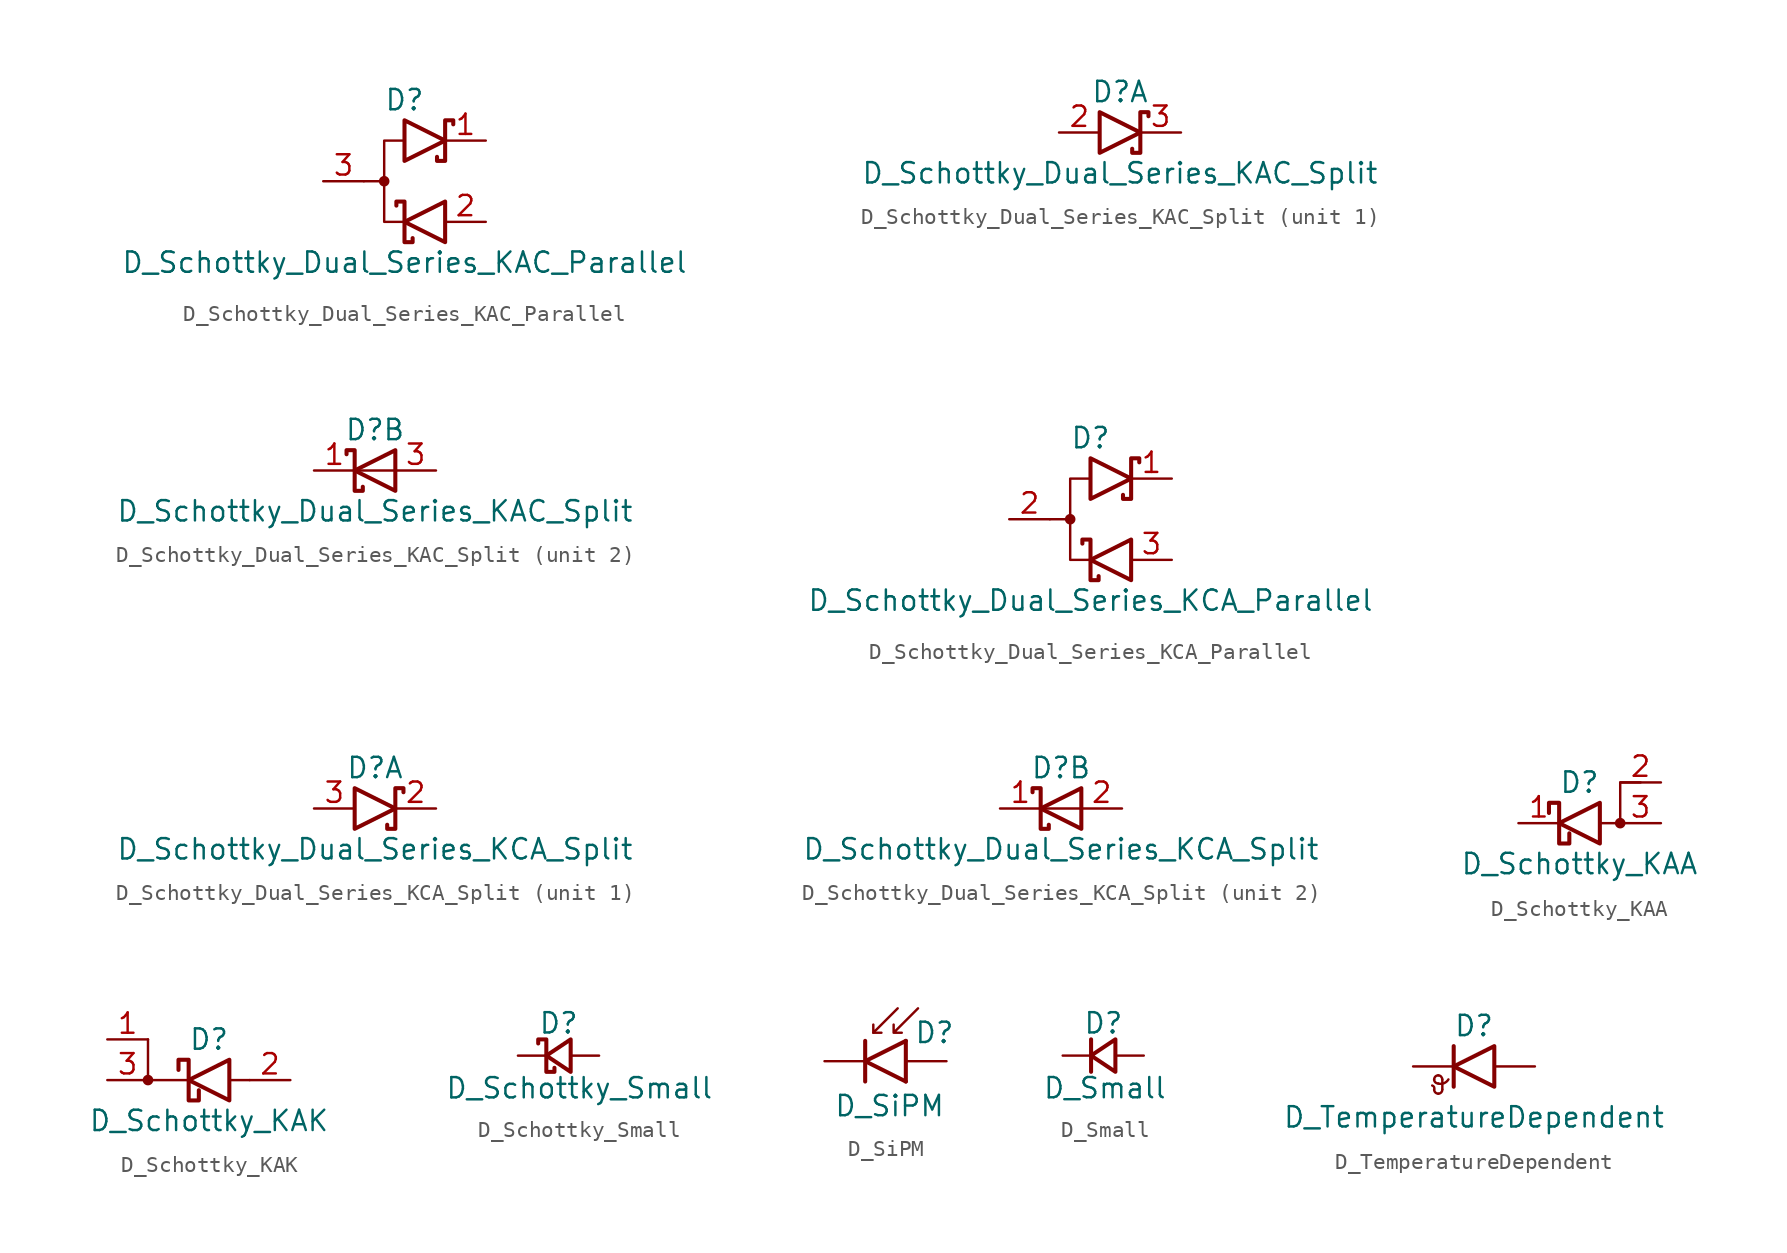
<source format=kicad_sym>
(kicad_symbol_lib
  (version 20241209)
  (generator "kicad_symbol_editor")
  (generator_version "9.0")
  (symbol "D_Schottky_Dual_Series_KAC_Parallel"
    (pin_names
      (offset 0.762)
      (hide yes))
    (property "Reference" "D"
      (at 0 5.08 0)
      (effects (font (size 1.27 1.27))))
    (property "Value" "D_Schottky_Dual_Series_KAC_Parallel"
      (at 0 -5.08 0)
      (effects (font (size 1.27 1.27))))
    (symbol "D_Schottky_Dual_Series_KAC_Parallel_0_1"
      (circle (center -1.27 0) (radius 0.254) (stroke (width 0) (type default)) (fill (type outline)))
      (polyline (pts (xy -1.27 0) (xy -2.54 0)) (stroke (width 0) (type default)) (fill (type none)))
      (polyline (pts (xy -0.508 -1.524) (xy -0.508 -1.27) (xy 0 -1.27) (xy 0 -3.81) (xy 0.508 -3.81) (xy 0.508 -3.556)) (stroke (width 0.254) (type default)) (fill (type none)))
      (polyline (pts (xy 0 3.81) (xy 2.54 2.54) (xy 0 1.27) (xy 0 3.81) (xy 0 3.81) (xy 0 3.81)) (stroke (width 0.254) (type default)) (fill (type none)))
      (polyline (pts (xy 0 2.54) (xy -1.27 2.54) (xy -1.27 -2.54) (xy 0 -2.54)) (stroke (width 0) (type default)) (fill (type none)))
      (polyline (pts (xy 2.54 -1.27) (xy 0 -2.54) (xy 2.54 -3.81) (xy 2.54 -1.27) (xy 2.54 -1.27) (xy 2.54 -1.27)) (stroke (width 0.254) (type default)) (fill (type none)))
      (polyline (pts (xy 3.048 3.556) (xy 3.048 3.81) (xy 2.54 3.81) (xy 2.54 1.27) (xy 2.032 1.27) (xy 2.032 1.524)) (stroke (width 0.254) (type default)) (fill (type none)))
      (pin passive line (at -5.08 0 0) (length 2.54) (name "A" (effects (font (size 1.27 1.27)))) (number "3" (effects (font (size 1.27 1.27)))))
      (pin passive line (at 5.08 2.54 180) (length 2.54) (name "K" (effects (font (size 1.27 1.27)))) (number "1" (effects (font (size 1.27 1.27)))))
      (pin passive line (at 5.08 -2.54 180) (length 2.54) (name "K" (effects (font (size 1.27 1.27)))) (number "2" (effects (font (size 1.27 1.27)))))))
  (symbol "D_Schottky_Dual_Series_KAC_Split"
    (pin_names
      (offset 0.762)
      (hide yes))
    (property "Reference" "D"
      (at 0 2.54 0)
      (effects (font (size 1.27 1.27))))
    (property "Value" "D_Schottky_Dual_Series_KAC_Split"
      (at 0 -2.54 0)
      (effects (font (size 1.27 1.27))))
    (property "ki_locked" ""
      (at 0 0 0)
      (effects (font (size 1.27 1.27))))
    (symbol "D_Schottky_Dual_Series_KAC_Split_0_1"
      (pin passive line (at 3.81 0 180) (length 2.54) (name "K" (effects (font (size 1.27 1.27)))) (number "3" (effects (font (size 1.27 1.27))))))
    (symbol "D_Schottky_Dual_Series_KAC_Split_1_1"
      (polyline (pts (xy -1.27 1.27) (xy 1.27 0) (xy -1.27 -1.27) (xy -1.27 1.27) (xy -1.27 1.27) (xy -1.27 1.27)) (stroke (width 0.254) (type default)) (fill (type none)))
      (polyline (pts (xy 1.778 1.016) (xy 1.778 1.27) (xy 1.27 1.27) (xy 1.27 -1.27) (xy 0.762 -1.27) (xy 0.762 -1.016)) (stroke (width 0.254) (type default)) (fill (type none)))
      (pin passive line (at -3.81 0 0) (length 2.54) (name "A" (effects (font (size 1.27 1.27)))) (number "2" (effects (font (size 1.27 1.27))))))
    (symbol "D_Schottky_Dual_Series_KAC_Split_2_1"
      (polyline (pts (xy -1.778 1.016) (xy -1.778 1.27) (xy -1.27 1.27) (xy -1.27 -1.27) (xy -0.762 -1.27) (xy -0.762 -1.016)) (stroke (width 0.254) (type default)) (fill (type none)))
      (polyline (pts (xy -1.27 0) (xy 1.27 0)) (stroke (width 0) (type default)) (fill (type none)))
      (polyline (pts (xy 1.27 1.27) (xy -1.27 0) (xy 1.27 -1.27) (xy 1.27 1.27) (xy 1.27 1.27) (xy 1.27 1.27)) (stroke (width 0.254) (type default)) (fill (type none)))
      (pin passive line (at -3.81 0 0) (length 2.54) (name "K" (effects (font (size 1.27 1.27)))) (number "1" (effects (font (size 1.27 1.27)))))))
  (symbol "D_Schottky_Dual_Series_KCA_Parallel"
    (pin_names
      (offset 0.762)
      (hide yes))
    (property "Reference" "D"
      (at 0 5.08 0)
      (effects (font (size 1.27 1.27))))
    (property "Value" "D_Schottky_Dual_Series_KCA_Parallel"
      (at 0 -5.08 0)
      (effects (font (size 1.27 1.27))))
    (symbol "D_Schottky_Dual_Series_KCA_Parallel_0_1"
      (circle (center -1.27 0) (radius 0.254) (stroke (width 0) (type default)) (fill (type outline)))
      (polyline (pts (xy -1.27 0) (xy -2.54 0)) (stroke (width 0) (type default)) (fill (type none)))
      (polyline (pts (xy -0.508 -1.524) (xy -0.508 -1.27) (xy 0 -1.27) (xy 0 -3.81) (xy 0.508 -3.81) (xy 0.508 -3.556)) (stroke (width 0.254) (type default)) (fill (type none)))
      (polyline (pts (xy 0 3.81) (xy 2.54 2.54) (xy 0 1.27) (xy 0 3.81) (xy 0 3.81) (xy 0 3.81)) (stroke (width 0.254) (type default)) (fill (type none)))
      (polyline (pts (xy 0 2.54) (xy -1.27 2.54) (xy -1.27 -2.54) (xy 0 -2.54)) (stroke (width 0) (type default)) (fill (type none)))
      (polyline (pts (xy 2.54 -1.27) (xy 0 -2.54) (xy 2.54 -3.81) (xy 2.54 -1.27) (xy 2.54 -1.27) (xy 2.54 -1.27)) (stroke (width 0.254) (type default)) (fill (type none)))
      (polyline (pts (xy 3.048 3.556) (xy 3.048 3.81) (xy 2.54 3.81) (xy 2.54 1.27) (xy 2.032 1.27) (xy 2.032 1.524)) (stroke (width 0.254) (type default)) (fill (type none)))
      (pin passive line (at -5.08 0 0) (length 2.54) (name "A" (effects (font (size 1.27 1.27)))) (number "2" (effects (font (size 1.27 1.27)))))
      (pin passive line (at 5.08 2.54 180) (length 2.54) (name "K" (effects (font (size 1.27 1.27)))) (number "1" (effects (font (size 1.27 1.27)))))
      (pin passive line (at 5.08 -2.54 180) (length 2.54) (name "K" (effects (font (size 1.27 1.27)))) (number "3" (effects (font (size 1.27 1.27)))))))
  (symbol "D_Schottky_Dual_Series_KCA_Split"
    (pin_names
      (offset 0.762)
      (hide yes))
    (property "Reference" "D"
      (at 0 2.54 0)
      (effects (font (size 1.27 1.27))))
    (property "Value" "D_Schottky_Dual_Series_KCA_Split"
      (at 0 -2.54 0)
      (effects (font (size 1.27 1.27))))
    (property "ki_locked" ""
      (at 0 0 0)
      (effects (font (size 1.27 1.27))))
    (symbol "D_Schottky_Dual_Series_KCA_Split_0_1"
      (pin passive line (at 3.81 0 180) (length 2.54) (name "K" (effects (font (size 1.27 1.27)))) (number "2" (effects (font (size 1.27 1.27))))))
    (symbol "D_Schottky_Dual_Series_KCA_Split_1_1"
      (polyline (pts (xy -1.27 1.27) (xy 1.27 0) (xy -1.27 -1.27) (xy -1.27 1.27) (xy -1.27 1.27) (xy -1.27 1.27)) (stroke (width 0.254) (type default)) (fill (type none)))
      (polyline (pts (xy 1.778 1.016) (xy 1.778 1.27) (xy 1.27 1.27) (xy 1.27 -1.27) (xy 0.762 -1.27) (xy 0.762 -1.016)) (stroke (width 0.254) (type default)) (fill (type none)))
      (pin passive line (at -3.81 0 0) (length 2.54) (name "A" (effects (font (size 1.27 1.27)))) (number "3" (effects (font (size 1.27 1.27))))))
    (symbol "D_Schottky_Dual_Series_KCA_Split_2_1"
      (polyline (pts (xy -1.778 1.016) (xy -1.778 1.27) (xy -1.27 1.27) (xy -1.27 -1.27) (xy -0.762 -1.27) (xy -0.762 -1.016)) (stroke (width 0.254) (type default)) (fill (type none)))
      (polyline (pts (xy -1.27 0) (xy 1.27 0)) (stroke (width 0) (type default)) (fill (type none)))
      (polyline (pts (xy 1.27 1.27) (xy -1.27 0) (xy 1.27 -1.27) (xy 1.27 1.27) (xy 1.27 1.27) (xy 1.27 1.27)) (stroke (width 0.254) (type default)) (fill (type none)))
      (pin passive line (at -3.81 0 0) (length 2.54) (name "K" (effects (font (size 1.27 1.27)))) (number "1" (effects (font (size 1.27 1.27)))))))
  (symbol "D_Schottky_KAA"
    (pin_names
      (offset 0)
      (hide yes))
    (property "Reference" "D"
      (at 0 2.54 0)
      (effects (font (size 1.27 1.27))))
    (property "Value" "D_Schottky_KAA"
      (at 0 -2.54 0)
      (effects (font (size 1.27 1.27))))
    (symbol "D_Schottky_KAA_0_1"
      (polyline (pts (xy -1.905 0.635) (xy -1.905 1.27) (xy -1.27 1.27) (xy -1.27 -1.27) (xy -0.635 -1.27) (xy -0.635 -0.635)) (stroke (width 0.254) (type default)) (fill (type none)))
      (polyline (pts (xy 1.27 1.27) (xy 1.27 -1.27) (xy -1.27 0) (xy 1.27 1.27)) (stroke (width 0.254) (type default)) (fill (type none)))
      (circle (center 2.54 0) (radius 0.254) (stroke (width 0) (type default)) (fill (type outline)))
      (polyline (pts (xy 3.81 2.54) (xy 2.54 2.54) (xy 2.54 0) (xy 1.27 0)) (stroke (width 0) (type default)) (fill (type none))))
    (symbol "D_Schottky_KAA_1_1"
      (pin passive line (at -3.81 0 0) (length 2.54) (name "K" (effects (font (size 1.27 1.27)))) (number "1" (effects (font (size 1.27 1.27)))))
      (pin passive line (at 5.08 2.54 180) (length 2.54) (name "A" (effects (font (size 1.27 1.27)))) (number "2" (effects (font (size 1.27 1.27)))))
      (pin passive line (at 5.08 0 180) (length 2.54) (name "A" (effects (font (size 1.27 1.27)))) (number "3" (effects (font (size 1.27 1.27)))))))
  (symbol "D_Schottky_KAK"
    (pin_names
      (offset 0)
      (hide yes))
    (property "Reference" "D"
      (at 0 2.54 0)
      (effects (font (size 1.27 1.27))))
    (property "Value" "D_Schottky_KAK"
      (at 0 -2.54 0)
      (effects (font (size 1.27 1.27))))
    (symbol "D_Schottky_KAK_0_1"
      (polyline (pts (xy -3.81 2.54) (xy -3.81 0) (xy -1.27 0)) (stroke (width 0) (type default)) (fill (type none)))
      (circle (center -3.81 0) (radius 0.254) (stroke (width 0) (type default)) (fill (type outline)))
      (polyline (pts (xy -1.905 0.635) (xy -1.905 1.27) (xy -1.27 1.27) (xy -1.27 -1.27) (xy -0.635 -1.27) (xy -0.635 -0.635)) (stroke (width 0.254) (type default)) (fill (type none)))
      (polyline (pts (xy 1.27 1.27) (xy 1.27 -1.27) (xy -1.27 0) (xy 1.27 1.27)) (stroke (width 0.254) (type default)) (fill (type none)))
      (polyline (pts (xy 2.54 0) (xy 1.27 0)) (stroke (width 0) (type default)) (fill (type none))))
    (symbol "D_Schottky_KAK_1_1"
      (pin passive line (at -6.35 2.54 0) (length 2.54) (name "K" (effects (font (size 1.27 1.27)))) (number "1" (effects (font (size 1.27 1.27)))))
      (pin passive line (at -6.35 0 0) (length 2.54) (name "K" (effects (font (size 1.27 1.27)))) (number "3" (effects (font (size 1.27 1.27)))))
      (pin passive line (at 5.08 0 180) (length 2.54) (name "A" (effects (font (size 1.27 1.27)))) (number "2" (effects (font (size 1.27 1.27)))))))
  (symbol "D_Schottky_Small"
    (pin_numbers
      (hide yes))
    (pin_names
      (offset 0.254)
      (hide yes))
    (property "Reference" "D"
      (at -1.27 2.032 0)
      (effects (font (size 1.27 1.27)) (justify left)))
    (property "Value" "D_Schottky_Small"
      (at -7.112 -2.032 0)
      (effects (font (size 1.27 1.27)) (justify left)))
    (symbol "D_Schottky_Small_0_1"
      (polyline (pts (xy -1.27 0.762) (xy -1.27 1.016) (xy -0.762 1.016) (xy -0.762 -1.016) (xy -0.254 -1.016) (xy -0.254 -0.762)) (stroke (width 0.254) (type default)) (fill (type none)))
      (polyline (pts (xy 0.762 -1.016) (xy -0.762 0) (xy 0.762 1.016) (xy 0.762 -1.016)) (stroke (width 0.254) (type default)) (fill (type none))))
    (symbol "D_Schottky_Small_1_1"
      (pin passive line (at -2.54 0 0) (length 1.778) (name "K" (effects (font (size 1.27 1.27)))) (number "1" (effects (font (size 1.27 1.27)))))
      (pin passive line (at 2.54 0 180) (length 1.778) (name "A" (effects (font (size 1.27 1.27)))) (number "2" (effects (font (size 1.27 1.27)))))))
  (symbol "D_SiPM"
    (pin_numbers
      (hide yes))
    (pin_names
      (hide yes))
    (property "Reference" "D"
      (at 1.778 1.778 0)
      (effects (font (size 1.27 1.27)) (justify left)))
    (property "Value" "D_SiPM"
      (at 0.254 -2.794 0)
      (effects (font (size 1.27 1.27))))
    (symbol "D_SiPM_0_1"
      (polyline (pts (xy -1.27 1.27) (xy -1.27 -1.27)) (stroke (width 0.254) (type default)) (fill (type none)))
      (polyline (pts (xy -0.762 1.778) (xy -0.254 1.778)) (stroke (width 0) (type default)) (fill (type none)))
      (polyline (pts (xy 0.762 3.302) (xy -0.762 1.778) (xy -0.762 2.286)) (stroke (width 0) (type default)) (fill (type none)))
      (polyline (pts (xy 1.27 1.27) (xy 1.27 -1.27)) (stroke (width 0.254) (type default)) (fill (type none)))
      (polyline (pts (xy 1.27 1.27) (xy -1.27 0) (xy 1.27 -1.27)) (stroke (width 0.254) (type default)) (fill (type none)))
      (polyline (pts (xy 2.032 3.302) (xy 0.508 1.778) (xy 0.508 2.286) (xy 0.508 1.778) (xy 1.016 1.778)) (stroke (width 0) (type default)) (fill (type none))))
    (symbol "D_SiPM_1_1"
      (pin passive line (at -3.81 0 0) (length 2.54) (name "K" (effects (font (size 1.27 1.27)))) (number "1" (effects (font (size 1.27 1.27)))))
      (pin passive line (at 3.81 0 180) (length 2.54) (name "A" (effects (font (size 1.27 1.27)))) (number "2" (effects (font (size 1.27 1.27)))))))
  (symbol "D_Small"
    (pin_numbers
      (hide yes))
    (pin_names
      (offset 0.254)
      (hide yes))
    (property "Reference" "D"
      (at -1.27 2.032 0)
      (effects (font (size 1.27 1.27)) (justify left)))
    (property "Value" "D_Small"
      (at -3.81 -2.032 0)
      (effects (font (size 1.27 1.27)) (justify left)))
    (symbol "D_Small_0_1"
      (polyline (pts (xy -0.762 -1.016) (xy -0.762 1.016)) (stroke (width 0.254) (type default)) (fill (type none)))
      (polyline (pts (xy 0.762 -1.016) (xy -0.762 0) (xy 0.762 1.016) (xy 0.762 -1.016)) (stroke (width 0.254) (type default)) (fill (type none))))
    (symbol "D_Small_1_1"
      (pin passive line (at -2.54 0 0) (length 1.778) (name "K" (effects (font (size 1.27 1.27)))) (number "1" (effects (font (size 1.27 1.27)))))
      (pin passive line (at 2.54 0 180) (length 1.778) (name "A" (effects (font (size 1.27 1.27)))) (number "2" (effects (font (size 1.27 1.27)))))))
  (symbol "D_TemperatureDependent"
    (pin_numbers
      (hide yes))
    (pin_names
      (offset 1.016)
      (hide yes))
    (property "Reference" "D"
      (at 0 2.54 0)
      (effects (font (size 1.27 1.27))))
    (property "Value" "D_TemperatureDependent"
      (at 0 -3.175 0)
      (effects (font (size 1.27 1.27))))
    (symbol "D_TemperatureDependent_0_1"
      (arc (start -2.6162 -1.1938) (mid -2.4918 -1.2903) (end -2.4892 -1.4478) (stroke (width 0) (type default)) (fill (type none)))
      (arc (start -2.4892 -0.8128) (mid -2.4148 -0.6332) (end -2.2352 -0.5588) (stroke (width 0) (type default)) (fill (type none)))
      (arc (start -2.2352 -0.5588) (mid -2.0556 -0.6332) (end -1.9812 -0.8128) (stroke (width 0) (type default)) (fill (type none)))
      (arc (start -2.2352 -1.0668) (mid -2.4148 -0.9924) (end -2.4892 -0.8128) (stroke (width 0) (type default)) (fill (type none)))
      (arc (start -2.2352 -1.7018) (mid -2.4148 -1.6274) (end -2.4892 -1.4478) (stroke (width 0) (type default)) (fill (type none)))
      (arc (start -1.9812 -1.4478) (mid -2.0556 -1.6274) (end -2.2352 -1.7018) (stroke (width 0) (type default)) (fill (type none)))
      (arc (start -1.6002 -0.8128) (mid -1.8752 -1.046) (end -2.2352 -1.0668) (stroke (width 0) (type default)) (fill (type none)))
      (polyline (pts (xy -1.981 -1.422) (xy -1.981 -0.813)) (stroke (width 0) (type default)) (fill (type none)))
      (polyline (pts (xy -1.27 1.27) (xy -1.27 -1.27)) (stroke (width 0.254) (type default)) (fill (type none)))
      (polyline (pts (xy 1.27 -1.27) (xy 1.27 1.27) (xy -1.27 0) (xy 1.27 -1.27)) (stroke (width 0.254) (type default)) (fill (type none))))
    (symbol "D_TemperatureDependent_1_1"
      (pin passive line (at -3.81 0 0) (length 2.54) (name "K" (effects (font (size 1.27 1.27)))) (number "1" (effects (font (size 1.27 1.27)))))
      (pin passive line (at 3.81 0 180) (length 2.54) (name "A" (effects (font (size 1.27 1.27)))) (number "2" (effects (font (size 1.27 1.27))))))))
</source>
